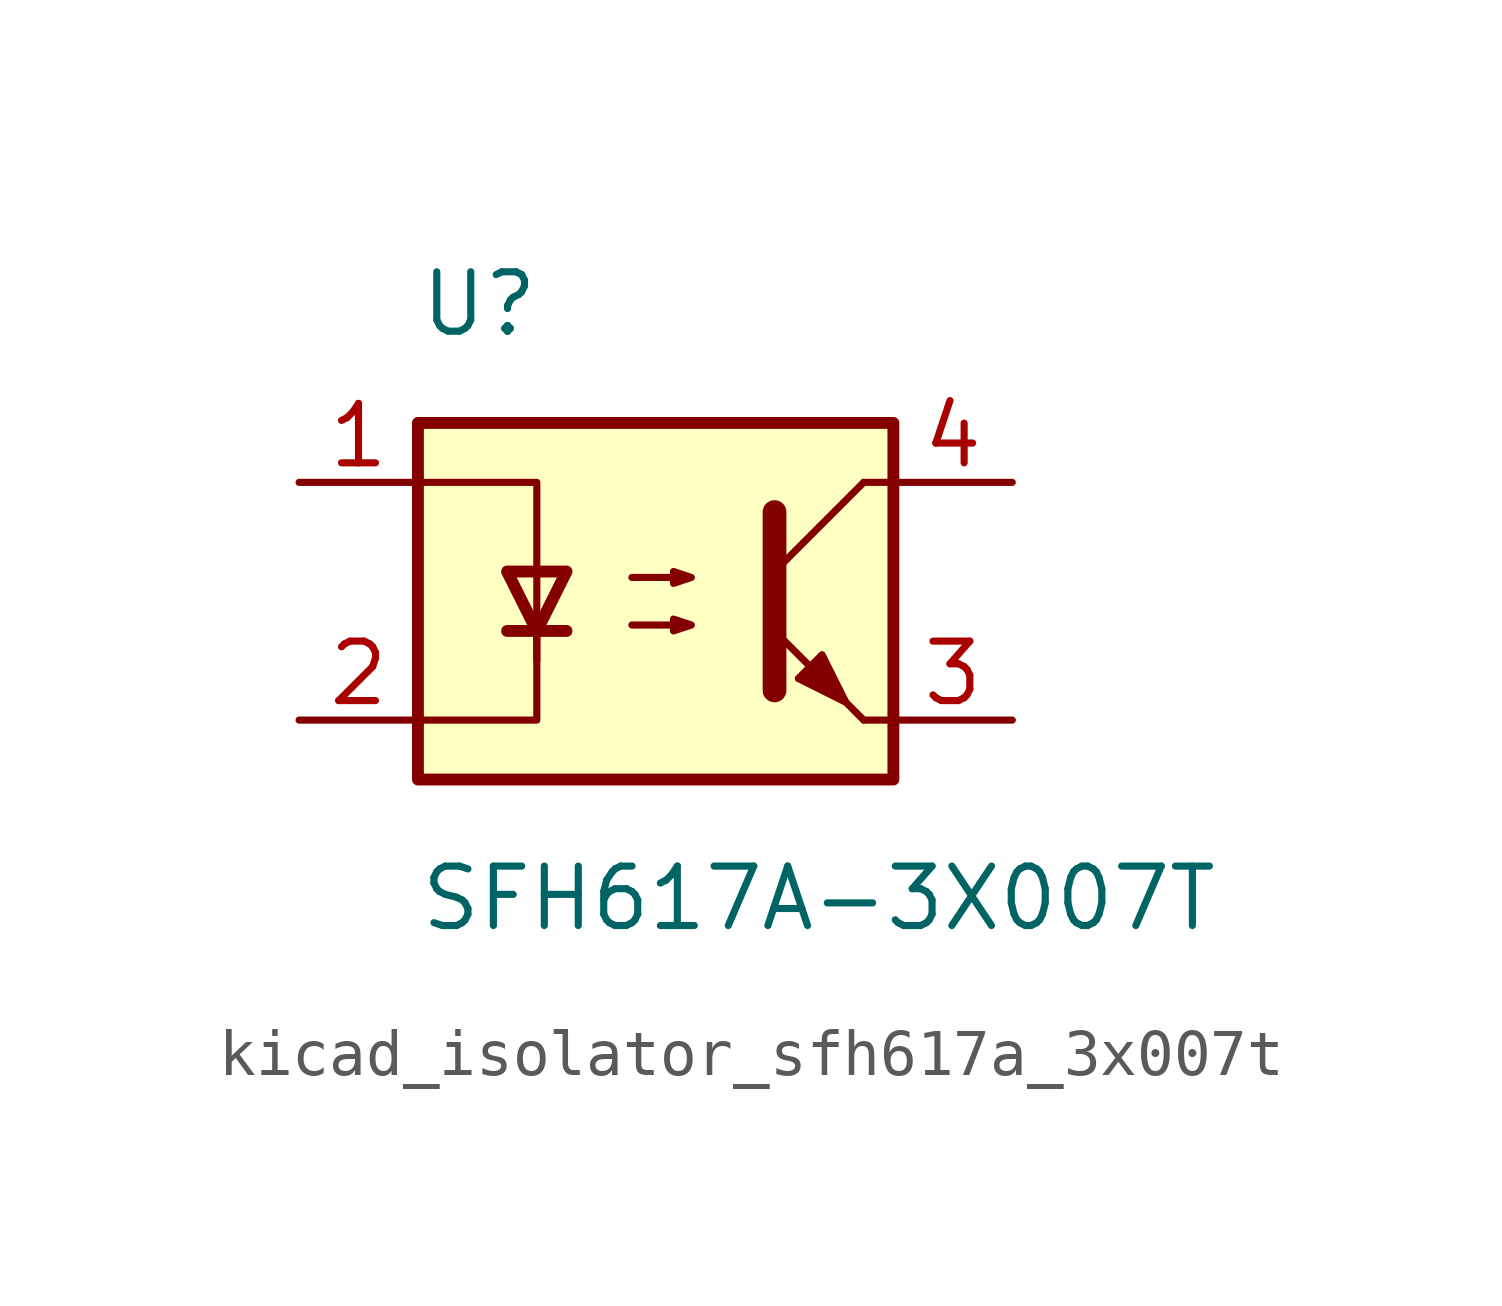
<source format=kicad_sym>
(kicad_symbol_lib
  (version 20220914)
  (generator kicad_symbol_editor)
  (symbol "kicad_isolator_sfh617a_3x007t"
    (pin_names
      (offset 1.016))
    (property "Reference" "U"
      (at -5.08 6.35 0)
      (effects (font (size 1.27 1.27)) (justify left)))
    (property "Value" "SFH617A-3X007T"
      (at -5.08 -6.35 0)
      (effects (font (size 1.27 1.27)) (justify left)))
    (symbol "kicad_isolator_sfh617a_3x007t_0_1"
      (rectangle (start -5.08 3.81) (end 5.08 -3.81) (stroke (width 0.254) (type default)) (fill (type background)))
      (polyline (pts (xy -3.175 -0.635) (xy -1.905 -0.635)) (stroke (width 0.254) (type default)) (fill (type none)))
      (polyline (pts (xy 2.54 0.635) (xy 4.445 2.54)) (stroke (width 0) (type default)) (fill (type none)))
      (polyline (pts (xy 4.445 -2.54) (xy 2.54 -0.635)) (stroke (width 0) (type default)) (fill (type outline)))
      (polyline (pts (xy 4.445 -2.54) (xy 5.08 -2.54)) (stroke (width 0) (type default)) (fill (type none)))
      (polyline (pts (xy 4.445 2.54) (xy 5.08 2.54)) (stroke (width 0) (type default)) (fill (type none)))
      (polyline (pts (xy -2.54 -0.635) (xy -2.54 -2.54) (xy -5.08 -2.54)) (stroke (width 0) (type default)) (fill (type none)))
      (polyline (pts (xy 2.54 1.905) (xy 2.54 -1.905) (xy 2.54 -1.905)) (stroke (width 0.508) (type default)) (fill (type none)))
      (polyline (pts (xy -5.08 2.54) (xy -2.54 2.54) (xy -2.54 -1.27) (xy -2.54 0.635)) (stroke (width 0) (type default)) (fill (type none)))
      (polyline (pts (xy -2.54 -0.635) (xy -3.175 0.635) (xy -1.905 0.635) (xy -2.54 -0.635)) (stroke (width 0.254) (type default)) (fill (type none)))
      (polyline (pts (xy -0.508 -0.508) (xy 0.762 -0.508) (xy 0.381 -0.635) (xy 0.381 -0.381) (xy 0.762 -0.508)) (stroke (width 0) (type default)) (fill (type none)))
      (polyline (pts (xy -0.508 0.508) (xy 0.762 0.508) (xy 0.381 0.381) (xy 0.381 0.635) (xy 0.762 0.508)) (stroke (width 0) (type default)) (fill (type none)))
      (polyline (pts (xy 3.048 -1.651) (xy 3.556 -1.143) (xy 4.064 -2.159) (xy 3.048 -1.651) (xy 3.048 -1.651)) (stroke (width 0) (type default)) (fill (type outline))))
    (symbol "kicad_isolator_sfh617a_3x007t_1_1"
      (pin passive line (at -7.62 2.54 0) (length 2.54) (name "~" (effects (font (size 1.27 1.27)))) (number "1" (effects (font (size 1.27 1.27)))))
      (pin passive line (at -7.62 -2.54 0) (length 2.54) (name "~" (effects (font (size 1.27 1.27)))) (number "2" (effects (font (size 1.27 1.27)))))
      (pin passive line (at 7.62 -2.54 180) (length 2.54) (name "~" (effects (font (size 1.27 1.27)))) (number "3" (effects (font (size 1.27 1.27)))))
      (pin passive line (at 7.62 2.54 180) (length 2.54) (name "~" (effects (font (size 1.27 1.27)))) (number "4" (effects (font (size 1.27 1.27))))))))
</source>
